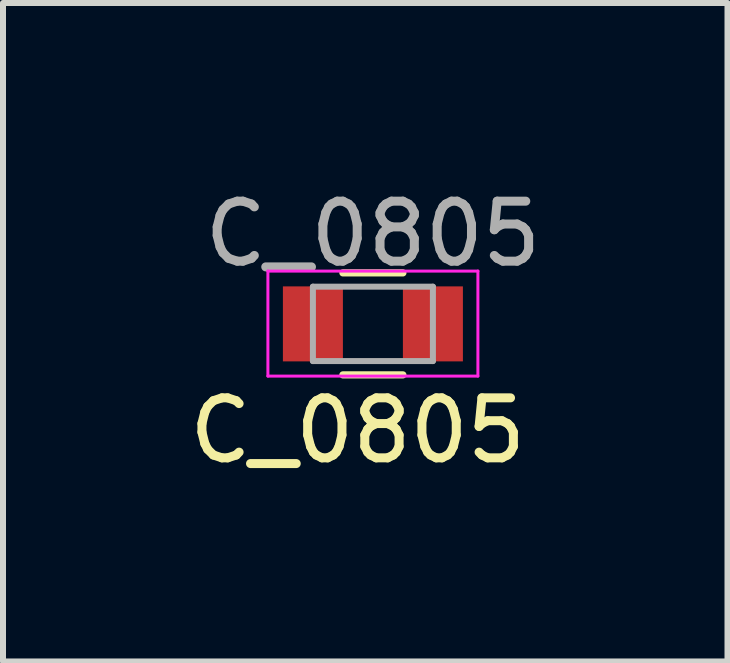
<source format=kicad_pcb>
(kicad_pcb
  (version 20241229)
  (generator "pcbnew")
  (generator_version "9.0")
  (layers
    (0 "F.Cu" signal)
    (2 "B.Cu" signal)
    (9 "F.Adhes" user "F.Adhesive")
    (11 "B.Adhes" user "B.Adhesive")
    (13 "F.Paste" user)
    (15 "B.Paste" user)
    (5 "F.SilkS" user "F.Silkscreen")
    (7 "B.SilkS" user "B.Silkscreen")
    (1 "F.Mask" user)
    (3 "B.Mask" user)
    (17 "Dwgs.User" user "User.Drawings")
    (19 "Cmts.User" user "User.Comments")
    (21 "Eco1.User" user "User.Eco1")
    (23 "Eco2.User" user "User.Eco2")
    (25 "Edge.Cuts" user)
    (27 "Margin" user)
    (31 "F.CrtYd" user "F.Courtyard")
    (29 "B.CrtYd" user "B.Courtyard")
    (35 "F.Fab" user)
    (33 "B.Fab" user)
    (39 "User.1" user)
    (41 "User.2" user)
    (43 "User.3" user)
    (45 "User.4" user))
  (footprint "C_0805"
    (layer "F.Cu")
    (at 3.165 2.348)
    (property "Reference" "C_0805" (at -0.254 1.778 0) (layer "F.SilkS") (effects (font (size 1 1) (thickness 0.15))))
    (attr smd)
    (fp_line (start -0.5 0.85) (end 0.5 0.85) (stroke (width 0.12) (type solid)) (layer "F.SilkS"))
    (fp_line (start 0.5 -0.85) (end -0.5 -0.85) (stroke (width 0.12) (type solid)) (layer "F.SilkS"))
    (fp_line (start -1.75 -0.88) (end -1.75 0.87) (stroke (width 0.05) (type solid)) (layer "F.CrtYd"))
    (fp_line (start -1.75 -0.88) (end 1.75 -0.88) (stroke (width 0.05) (type solid)) (layer "F.CrtYd"))
    (fp_line (start 1.75 0.87) (end -1.75 0.87) (stroke (width 0.05) (type solid)) (layer "F.CrtYd"))
    (fp_line (start 1.75 0.87) (end 1.75 -0.88) (stroke (width 0.05) (type solid)) (layer "F.CrtYd"))
    (fp_line (start -1 -0.62) (end 1 -0.62) (stroke (width 0.1) (type solid)) (layer "F.Fab"))
    (fp_line (start -1 0.62) (end -1 -0.62) (stroke (width 0.1) (type solid)) (layer "F.Fab"))
    (fp_line (start 1 -0.62) (end 1 0.62) (stroke (width 0.1) (type solid)) (layer "F.Fab"))
    (fp_line (start 1 0.62) (end -1 0.62) (stroke (width 0.1) (type solid)) (layer "F.Fab"))
    (fp_text user "${REFERENCE}" (at 0 -1.5 0) (layer "F.Fab") (effects (font (size 1 1) (thickness 0.15))))
    (pad "1" smd rect (at -1 0) (size 1 1.25) (layers "F.Cu" "F.Mask" "F.Paste"))
    (pad "2" smd rect (at 1 0) (size 1 1.25) (layers "F.Cu" "F.Mask" "F.Paste")))
  (gr_rect
    (start -3 -3)
    (end 9.075 7.974)
    (stroke (width 0.1) (type default))
    (fill no)
    (layer "Edge.Cuts")))
</source>
